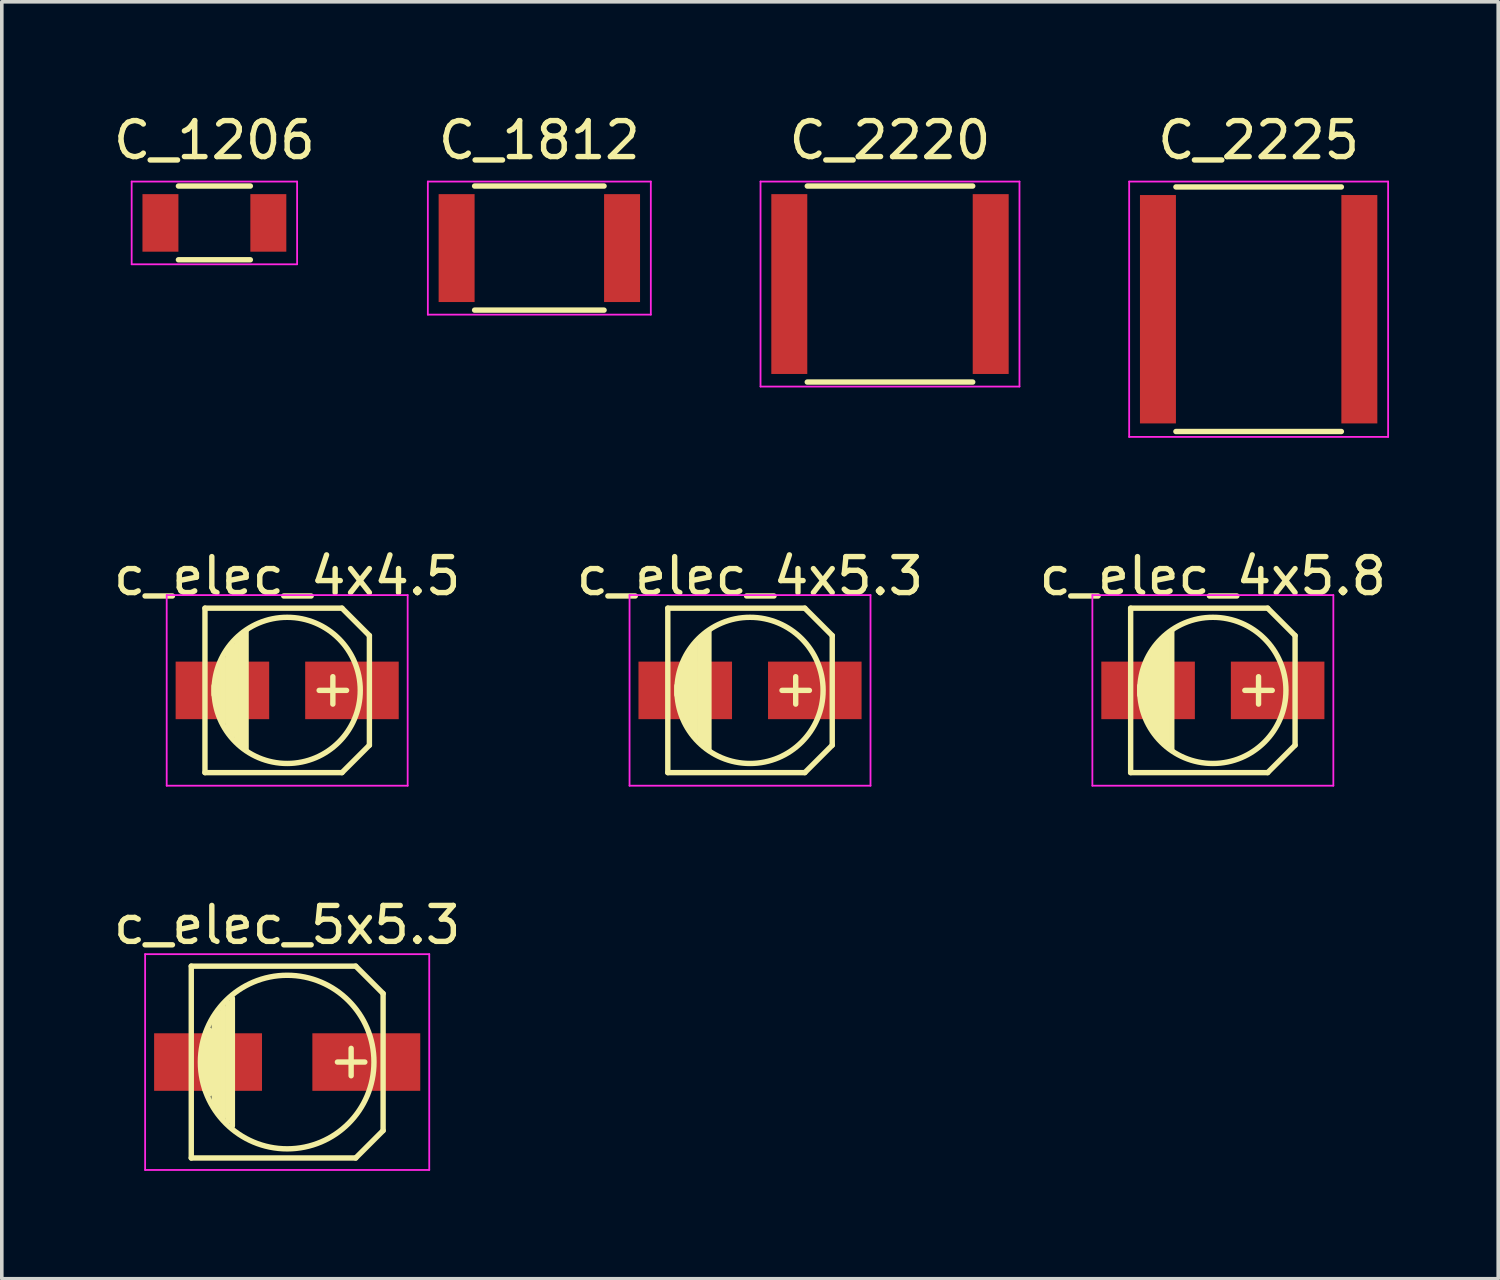
<source format=kicad_pcb>
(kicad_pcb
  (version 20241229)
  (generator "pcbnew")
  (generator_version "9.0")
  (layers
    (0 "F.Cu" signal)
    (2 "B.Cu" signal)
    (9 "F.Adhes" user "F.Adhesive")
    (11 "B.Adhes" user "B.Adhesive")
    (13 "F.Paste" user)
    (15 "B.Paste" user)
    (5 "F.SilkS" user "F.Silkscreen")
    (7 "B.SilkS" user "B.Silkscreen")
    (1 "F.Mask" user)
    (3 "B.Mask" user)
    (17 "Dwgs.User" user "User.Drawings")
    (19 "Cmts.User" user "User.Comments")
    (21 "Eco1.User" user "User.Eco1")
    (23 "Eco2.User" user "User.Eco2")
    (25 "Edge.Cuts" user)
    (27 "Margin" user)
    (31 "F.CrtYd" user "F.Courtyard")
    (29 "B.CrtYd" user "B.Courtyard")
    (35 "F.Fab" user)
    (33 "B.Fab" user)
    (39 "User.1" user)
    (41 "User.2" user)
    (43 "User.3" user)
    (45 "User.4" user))
  (footprint "c_elec_4x5.8"
    (layer "F.Cu")
    (at 30.673 16.146)
    (property "Reference" "c_elec_4x5.8" (at 0 -3.175 0) (layer "F.SilkS") (effects (font (size 1 1) (thickness 0.15))))
    (attr smd)
    (fp_line (start -2.286 -2.286) (end -2.286 2.286) (stroke (width 0.15) (type solid)) (layer "F.SilkS"))
    (fp_line (start -2.032 0.127) (end -2.032 -0.127) (stroke (width 0.15) (type solid)) (layer "F.SilkS"))
    (fp_line (start -1.905 -0.635) (end -1.905 0.635) (stroke (width 0.15) (type solid)) (layer "F.SilkS"))
    (fp_line (start -1.778 0.889) (end -1.778 -0.889) (stroke (width 0.15) (type solid)) (layer "F.SilkS"))
    (fp_line (start -1.651 1.143) (end -1.651 -1.143) (stroke (width 0.15) (type solid)) (layer "F.SilkS"))
    (fp_line (start -1.524 -1.27) (end -1.524 1.27) (stroke (width 0.15) (type solid)) (layer "F.SilkS"))
    (fp_line (start -1.397 1.397) (end -1.397 -1.397) (stroke (width 0.15) (type solid)) (layer "F.SilkS"))
    (fp_line (start -1.27 -1.524) (end -1.27 1.524) (stroke (width 0.15) (type solid)) (layer "F.SilkS"))
    (fp_line (start -1.143 -1.651) (end -1.143 1.651) (stroke (width 0.15) (type solid)) (layer "F.SilkS"))
    (fp_line (start 1.27 -0.381) (end 1.27 0.381) (stroke (width 0.15) (type solid)) (layer "F.SilkS"))
    (fp_line (start 1.524 -2.286) (end -2.286 -2.286) (stroke (width 0.15) (type solid)) (layer "F.SilkS"))
    (fp_line (start 1.524 -2.286) (end 2.286 -1.524) (stroke (width 0.15) (type solid)) (layer "F.SilkS"))
    (fp_line (start 1.524 2.286) (end -2.286 2.286) (stroke (width 0.15) (type solid)) (layer "F.SilkS"))
    (fp_line (start 1.524 2.286) (end 2.286 1.524) (stroke (width 0.15) (type solid)) (layer "F.SilkS"))
    (fp_line (start 1.651 0) (end 0.889 0) (stroke (width 0.15) (type solid)) (layer "F.SilkS"))
    (fp_line (start 2.286 -1.524) (end 2.286 1.524) (stroke (width 0.15) (type solid)) (layer "F.SilkS"))
    (fp_circle (center 0 0) (end -2.032 0) (stroke (width 0.15) (type solid)) (fill no) (layer "F.SilkS"))
    (fp_line (start -3.35 -2.65) (end 3.35 -2.65) (stroke (width 0.05) (type solid)) (layer "F.CrtYd"))
    (fp_line (start -3.35 2.65) (end -3.35 -2.65) (stroke (width 0.05) (type solid)) (layer "F.CrtYd"))
    (fp_line (start 3.35 -2.65) (end 3.35 2.65) (stroke (width 0.05) (type solid)) (layer "F.CrtYd"))
    (fp_line (start 3.35 2.65) (end -3.35 2.65) (stroke (width 0.05) (type solid)) (layer "F.CrtYd"))
    (pad "1" smd rect (at 1.801 0) (size 2.601 1.6) (layers "F.Cu" "F.Mask" "F.Paste"))
    (pad "2" smd rect (at -1.801 0) (size 2.601 1.6) (layers "F.Cu" "F.Mask" "F.Paste")))
  (footprint "c_elec_4x5.3"
    (layer "F.Cu")
    (at 17.804 16.146)
    (property "Reference" "c_elec_4x5.3" (at 0 -3.175 0) (layer "F.SilkS") (effects (font (size 1 1) (thickness 0.15))))
    (attr smd)
    (fp_line (start -2.286 -2.286) (end -2.286 2.286) (stroke (width 0.15) (type solid)) (layer "F.SilkS"))
    (fp_line (start -2.032 0.127) (end -2.032 -0.127) (stroke (width 0.15) (type solid)) (layer "F.SilkS"))
    (fp_line (start -1.905 -0.635) (end -1.905 0.635) (stroke (width 0.15) (type solid)) (layer "F.SilkS"))
    (fp_line (start -1.778 0.889) (end -1.778 -0.889) (stroke (width 0.15) (type solid)) (layer "F.SilkS"))
    (fp_line (start -1.651 1.143) (end -1.651 -1.143) (stroke (width 0.15) (type solid)) (layer "F.SilkS"))
    (fp_line (start -1.524 -1.27) (end -1.524 1.27) (stroke (width 0.15) (type solid)) (layer "F.SilkS"))
    (fp_line (start -1.397 1.397) (end -1.397 -1.397) (stroke (width 0.15) (type solid)) (layer "F.SilkS"))
    (fp_line (start -1.27 -1.524) (end -1.27 1.524) (stroke (width 0.15) (type solid)) (layer "F.SilkS"))
    (fp_line (start -1.143 -1.651) (end -1.143 1.651) (stroke (width 0.15) (type solid)) (layer "F.SilkS"))
    (fp_line (start 1.27 -0.381) (end 1.27 0.381) (stroke (width 0.15) (type solid)) (layer "F.SilkS"))
    (fp_line (start 1.524 -2.286) (end -2.286 -2.286) (stroke (width 0.15) (type solid)) (layer "F.SilkS"))
    (fp_line (start 1.524 -2.286) (end 2.286 -1.524) (stroke (width 0.15) (type solid)) (layer "F.SilkS"))
    (fp_line (start 1.524 2.286) (end -2.286 2.286) (stroke (width 0.15) (type solid)) (layer "F.SilkS"))
    (fp_line (start 1.524 2.286) (end 2.286 1.524) (stroke (width 0.15) (type solid)) (layer "F.SilkS"))
    (fp_line (start 1.651 0) (end 0.889 0) (stroke (width 0.15) (type solid)) (layer "F.SilkS"))
    (fp_line (start 2.286 -1.524) (end 2.286 1.524) (stroke (width 0.15) (type solid)) (layer "F.SilkS"))
    (fp_circle (center 0 0) (end -2.032 0) (stroke (width 0.15) (type solid)) (fill no) (layer "F.SilkS"))
    (fp_line (start -3.35 -2.65) (end 3.35 -2.65) (stroke (width 0.05) (type solid)) (layer "F.CrtYd"))
    (fp_line (start -3.35 2.65) (end -3.35 -2.65) (stroke (width 0.05) (type solid)) (layer "F.CrtYd"))
    (fp_line (start 3.35 -2.65) (end 3.35 2.65) (stroke (width 0.05) (type solid)) (layer "F.CrtYd"))
    (fp_line (start 3.35 2.65) (end -3.35 2.65) (stroke (width 0.05) (type solid)) (layer "F.CrtYd"))
    (pad "1" smd rect (at 1.801 0) (size 2.601 1.6) (layers "F.Cu" "F.Mask" "F.Paste"))
    (pad "2" smd rect (at -1.801 0) (size 2.601 1.6) (layers "F.Cu" "F.Mask" "F.Paste")))
  (footprint "C_1206"
    (layer "F.Cu")
    (at 2.911 3.148)
    (property "Reference" "C_1206" (at 0 -2.3 0) (layer "F.SilkS") (effects (font (size 1 1) (thickness 0.15))))
    (attr smd)
    (fp_line (start -1 1.025) (end 1 1.025) (stroke (width 0.15) (type solid)) (layer "F.SilkS"))
    (fp_line (start 1 -1.025) (end -1 -1.025) (stroke (width 0.15) (type solid)) (layer "F.SilkS"))
    (fp_line (start -2.3 -1.15) (end -2.3 1.15) (stroke (width 0.05) (type solid)) (layer "F.CrtYd"))
    (fp_line (start -2.3 -1.15) (end 2.3 -1.15) (stroke (width 0.05) (type solid)) (layer "F.CrtYd"))
    (fp_line (start -2.3 1.15) (end 2.3 1.15) (stroke (width 0.05) (type solid)) (layer "F.CrtYd"))
    (fp_line (start 2.3 -1.15) (end 2.3 1.15) (stroke (width 0.05) (type solid)) (layer "F.CrtYd"))
    (pad "1" smd rect (at -1.5 0) (size 1 1.6) (layers "F.Cu" "F.Mask" "F.Paste"))
    (pad "2" smd rect (at 1.5 0) (size 1 1.6) (layers "F.Cu" "F.Mask" "F.Paste")))
  (footprint "C_2225"
    (layer "F.Cu")
    (at 31.946 5.548)
    (property "Reference" "C_2225" (at 0 -4.7 0) (layer "F.SilkS") (effects (font (size 1 1) (thickness 0.15))))
    (attr smd)
    (fp_line (start -2.3 3.4) (end 2.3 3.4) (stroke (width 0.15) (type solid)) (layer "F.SilkS"))
    (fp_line (start 2.3 -3.4) (end -2.3 -3.4) (stroke (width 0.15) (type solid)) (layer "F.SilkS"))
    (fp_line (start -3.6 -3.55) (end -3.6 3.55) (stroke (width 0.05) (type solid)) (layer "F.CrtYd"))
    (fp_line (start -3.6 -3.55) (end 3.6 -3.55) (stroke (width 0.05) (type solid)) (layer "F.CrtYd"))
    (fp_line (start -3.6 3.55) (end 3.6 3.55) (stroke (width 0.05) (type solid)) (layer "F.CrtYd"))
    (fp_line (start 3.6 -3.55) (end 3.6 3.55) (stroke (width 0.05) (type solid)) (layer "F.CrtYd"))
    (pad "1" smd rect (at -2.8 0) (size 1 6.35) (layers "F.Cu" "F.Mask" "F.Paste"))
    (pad "2" smd rect (at 2.8 0) (size 1 6.35) (layers "F.Cu" "F.Mask" "F.Paste")))
  (footprint "c_elec_4x4.5"
    (layer "F.Cu")
    (at 4.935 16.146)
    (property "Reference" "c_elec_4x4.5" (at 0 -3.175 0) (layer "F.SilkS") (effects (font (size 1 1) (thickness 0.15))))
    (attr smd)
    (fp_line (start -2.286 -2.286) (end -2.286 2.286) (stroke (width 0.15) (type solid)) (layer "F.SilkS"))
    (fp_line (start -2.032 0.127) (end -2.032 -0.127) (stroke (width 0.15) (type solid)) (layer "F.SilkS"))
    (fp_line (start -1.905 -0.635) (end -1.905 0.635) (stroke (width 0.15) (type solid)) (layer "F.SilkS"))
    (fp_line (start -1.778 0.889) (end -1.778 -0.889) (stroke (width 0.15) (type solid)) (layer "F.SilkS"))
    (fp_line (start -1.651 1.143) (end -1.651 -1.143) (stroke (width 0.15) (type solid)) (layer "F.SilkS"))
    (fp_line (start -1.524 -1.27) (end -1.524 1.27) (stroke (width 0.15) (type solid)) (layer "F.SilkS"))
    (fp_line (start -1.397 1.397) (end -1.397 -1.397) (stroke (width 0.15) (type solid)) (layer "F.SilkS"))
    (fp_line (start -1.27 -1.524) (end -1.27 1.524) (stroke (width 0.15) (type solid)) (layer "F.SilkS"))
    (fp_line (start -1.143 -1.651) (end -1.143 1.651) (stroke (width 0.15) (type solid)) (layer "F.SilkS"))
    (fp_line (start 1.27 -0.381) (end 1.27 0.381) (stroke (width 0.15) (type solid)) (layer "F.SilkS"))
    (fp_line (start 1.524 -2.286) (end -2.286 -2.286) (stroke (width 0.15) (type solid)) (layer "F.SilkS"))
    (fp_line (start 1.524 -2.286) (end 2.286 -1.524) (stroke (width 0.15) (type solid)) (layer "F.SilkS"))
    (fp_line (start 1.524 2.286) (end -2.286 2.286) (stroke (width 0.15) (type solid)) (layer "F.SilkS"))
    (fp_line (start 1.524 2.286) (end 2.286 1.524) (stroke (width 0.15) (type solid)) (layer "F.SilkS"))
    (fp_line (start 1.651 0) (end 0.889 0) (stroke (width 0.15) (type solid)) (layer "F.SilkS"))
    (fp_line (start 2.286 -1.524) (end 2.286 1.524) (stroke (width 0.15) (type solid)) (layer "F.SilkS"))
    (fp_circle (center 0 0) (end -2.032 0) (stroke (width 0.15) (type solid)) (fill no) (layer "F.SilkS"))
    (fp_line (start -3.35 -2.65) (end -3.35 2.65) (stroke (width 0.05) (type solid)) (layer "F.CrtYd"))
    (fp_line (start -3.35 2.65) (end 3.35 2.65) (stroke (width 0.05) (type solid)) (layer "F.CrtYd"))
    (fp_line (start 3.35 -2.65) (end -3.35 -2.65) (stroke (width 0.05) (type solid)) (layer "F.CrtYd"))
    (fp_line (start 3.35 2.65) (end 3.35 -2.65) (stroke (width 0.05) (type solid)) (layer "F.CrtYd"))
    (pad "1" smd rect (at 1.801 0) (size 2.601 1.6) (layers "F.Cu" "F.Mask" "F.Paste"))
    (pad "2" smd rect (at -1.801 0) (size 2.601 1.6) (layers "F.Cu" "F.Mask" "F.Paste")))
  (footprint "c_elec_5x5.3"
    (layer "F.Cu")
    (at 4.935 26.48)
    (property "Reference" "c_elec_5x5.3" (at 0 -3.81 0) (layer "F.SilkS") (effects (font (size 1 1) (thickness 0.15))))
    (attr smd)
    (fp_line (start -2.667 -2.667) (end 1.905 -2.667) (stroke (width 0.15) (type solid)) (layer "F.SilkS"))
    (fp_line (start -2.667 2.667) (end -2.667 -2.667) (stroke (width 0.15) (type solid)) (layer "F.SilkS"))
    (fp_line (start -2.286 -0.635) (end -2.286 0.762) (stroke (width 0.15) (type solid)) (layer "F.SilkS"))
    (fp_line (start -2.159 -0.889) (end -2.159 0.889) (stroke (width 0.15) (type solid)) (layer "F.SilkS"))
    (fp_line (start -2.032 -1.27) (end -2.032 1.27) (stroke (width 0.15) (type solid)) (layer "F.SilkS"))
    (fp_line (start -1.905 1.397) (end -1.905 -1.397) (stroke (width 0.15) (type solid)) (layer "F.SilkS"))
    (fp_line (start -1.778 -1.524) (end -1.778 1.524) (stroke (width 0.15) (type solid)) (layer "F.SilkS"))
    (fp_line (start -1.651 1.651) (end -1.651 -1.651) (stroke (width 0.15) (type solid)) (layer "F.SilkS"))
    (fp_line (start -1.524 -1.778) (end -1.524 1.778) (stroke (width 0.15) (type solid)) (layer "F.SilkS"))
    (fp_line (start 1.778 -0.381) (end 1.778 0.381) (stroke (width 0.15) (type solid)) (layer "F.SilkS"))
    (fp_line (start 1.905 -2.667) (end 2.667 -1.905) (stroke (width 0.15) (type solid)) (layer "F.SilkS"))
    (fp_line (start 1.905 2.667) (end -2.667 2.667) (stroke (width 0.15) (type solid)) (layer "F.SilkS"))
    (fp_line (start 2.159 0) (end 1.397 0) (stroke (width 0.15) (type solid)) (layer "F.SilkS"))
    (fp_line (start 2.667 -1.905) (end 2.667 1.905) (stroke (width 0.15) (type solid)) (layer "F.SilkS"))
    (fp_line (start 2.667 1.905) (end 1.905 2.667) (stroke (width 0.15) (type solid)) (layer "F.SilkS"))
    (fp_circle (center 0 0) (end -2.413 0) (stroke (width 0.15) (type solid)) (fill no) (layer "F.SilkS"))
    (fp_line (start -3.95 -3) (end 3.95 -3) (stroke (width 0.05) (type solid)) (layer "F.CrtYd"))
    (fp_line (start -3.95 3) (end -3.95 -3) (stroke (width 0.05) (type solid)) (layer "F.CrtYd"))
    (fp_line (start 3.95 -3) (end 3.95 3) (stroke (width 0.05) (type solid)) (layer "F.CrtYd"))
    (fp_line (start 3.95 3) (end -3.95 3) (stroke (width 0.05) (type solid)) (layer "F.CrtYd"))
    (pad "1" smd rect (at 2.2 0) (size 3 1.6) (layers "F.Cu" "F.Mask" "F.Paste"))
    (pad "2" smd rect (at -2.2 0) (size 3 1.6) (layers "F.Cu" "F.Mask" "F.Paste")))
  (footprint "C_1812"
    (layer "F.Cu")
    (at 11.946 3.848)
    (property "Reference" "C_1812" (at 0 -3 0) (layer "F.SilkS") (effects (font (size 1 1) (thickness 0.15))))
    (attr smd)
    (fp_line (start -1.8 1.725) (end 1.8 1.725) (stroke (width 0.15) (type solid)) (layer "F.SilkS"))
    (fp_line (start 1.8 -1.725) (end -1.8 -1.725) (stroke (width 0.15) (type solid)) (layer "F.SilkS"))
    (fp_line (start -3.1 -1.85) (end -3.1 1.85) (stroke (width 0.05) (type solid)) (layer "F.CrtYd"))
    (fp_line (start -3.1 -1.85) (end 3.1 -1.85) (stroke (width 0.05) (type solid)) (layer "F.CrtYd"))
    (fp_line (start -3.1 1.85) (end 3.1 1.85) (stroke (width 0.05) (type solid)) (layer "F.CrtYd"))
    (fp_line (start 3.1 -1.85) (end 3.1 1.85) (stroke (width 0.05) (type solid)) (layer "F.CrtYd"))
    (pad "1" smd rect (at -2.3 0) (size 1 3) (layers "F.Cu" "F.Mask" "F.Paste"))
    (pad "2" smd rect (at 2.3 0) (size 1 3) (layers "F.Cu" "F.Mask" "F.Paste")))
  (footprint "C_2220"
    (layer "F.Cu")
    (at 21.696 4.848)
    (property "Reference" "C_2220" (at 0 -4 0) (layer "F.SilkS") (effects (font (size 1 1) (thickness 0.15))))
    (attr smd)
    (fp_line (start -2.3 2.725) (end 2.3 2.725) (stroke (width 0.15) (type solid)) (layer "F.SilkS"))
    (fp_line (start 2.3 -2.725) (end -2.3 -2.725) (stroke (width 0.15) (type solid)) (layer "F.SilkS"))
    (fp_line (start -3.6 -2.85) (end -3.6 2.85) (stroke (width 0.05) (type solid)) (layer "F.CrtYd"))
    (fp_line (start -3.6 -2.85) (end 3.6 -2.85) (stroke (width 0.05) (type solid)) (layer "F.CrtYd"))
    (fp_line (start -3.6 2.85) (end 3.6 2.85) (stroke (width 0.05) (type solid)) (layer "F.CrtYd"))
    (fp_line (start 3.6 -2.85) (end 3.6 2.85) (stroke (width 0.05) (type solid)) (layer "F.CrtYd"))
    (pad "1" smd rect (at -2.8 0) (size 1 5) (layers "F.Cu" "F.Mask" "F.Paste"))
    (pad "2" smd rect (at 2.8 0) (size 1 5) (layers "F.Cu" "F.Mask" "F.Paste")))
  (gr_rect
    (start -3 -3)
    (end 38.607 32.505)
    (stroke (width 0.1) (type default))
    (fill no)
    (layer "Edge.Cuts")))
</source>
